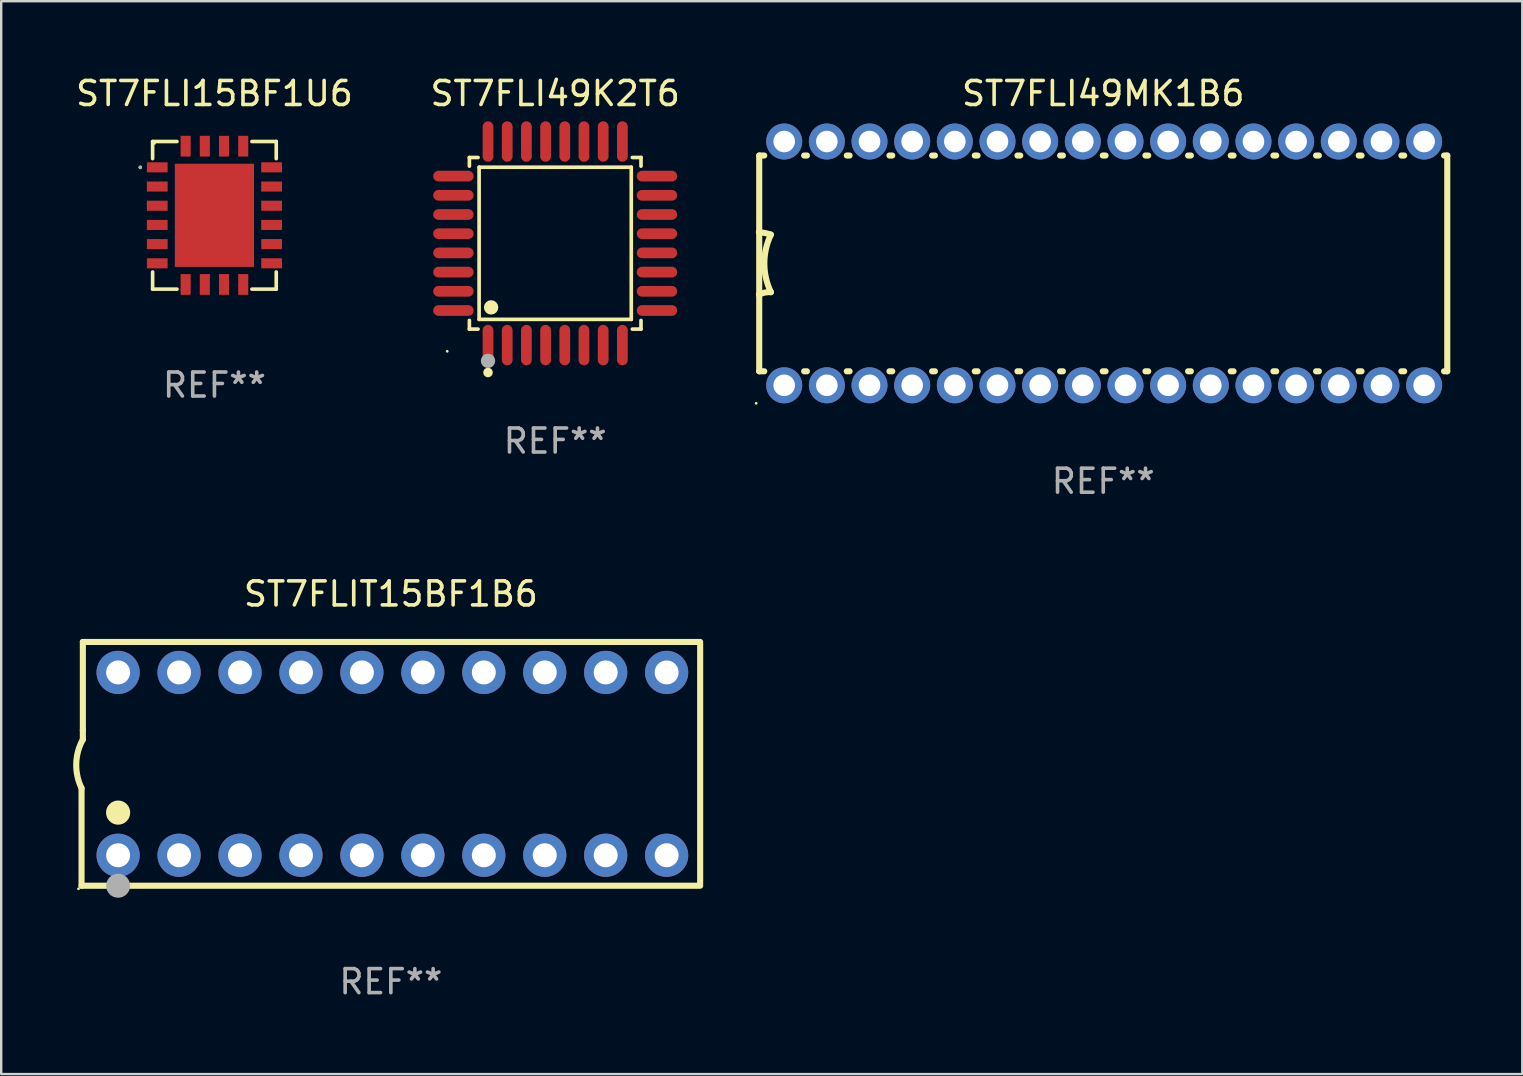
<source format=kicad_pcb>
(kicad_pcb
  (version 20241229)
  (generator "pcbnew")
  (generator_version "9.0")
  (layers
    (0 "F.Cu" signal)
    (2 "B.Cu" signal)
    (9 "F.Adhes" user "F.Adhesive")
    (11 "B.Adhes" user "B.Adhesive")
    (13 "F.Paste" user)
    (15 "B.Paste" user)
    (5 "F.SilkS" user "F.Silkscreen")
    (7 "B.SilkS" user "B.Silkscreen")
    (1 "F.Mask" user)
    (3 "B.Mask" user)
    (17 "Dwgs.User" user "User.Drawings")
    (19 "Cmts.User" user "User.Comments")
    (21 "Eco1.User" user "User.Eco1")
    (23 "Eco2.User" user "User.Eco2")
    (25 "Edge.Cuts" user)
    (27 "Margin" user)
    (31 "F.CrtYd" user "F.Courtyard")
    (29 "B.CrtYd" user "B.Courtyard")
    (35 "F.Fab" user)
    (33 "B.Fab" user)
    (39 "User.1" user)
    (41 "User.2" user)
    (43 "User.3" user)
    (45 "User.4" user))
  (footprint "ST7FLIT15BF1B6"
    (layer "F.Cu")
    (at 13.24 28.785)
    (property "Reference" "ST7FLIT15BF1B6" (at 0 -7.08 0) (layer "F.SilkS") (effects (font (size 1 1) (thickness 0.15))))
    (attr through_hole)
    (fp_line (start -12.891 5.08) (end -12.891 1.016) (stroke (width 0.254) (type solid)) (layer "F.SilkS"))
    (fp_line (start -12.891 5.08) (end 12.891 5.08) (stroke (width 0.254) (type solid)) (layer "F.SilkS"))
    (fp_line (start -12.837 -5.08) (end -12.837 -1.397) (stroke (width 0.254) (type solid)) (layer "F.SilkS"))
    (fp_line (start -12.837 -5.08) (end 12.891 -5.08) (stroke (width 0.254) (type solid)) (layer "F.SilkS"))
    (fp_line (start -12.837 -1.397) (end -12.837 -1.016) (stroke (width 0.254) (type solid)) (layer "F.SilkS"))
    (fp_line (start 12.891 -5) (end 12.891 5) (stroke (width 0.254) (type solid)) (layer "F.SilkS"))
    (fp_arc (start -12.890526 1.016002) (mid -13.111945 -0.006602) (end -12.836525 -1.016002) (stroke (width 0.254001) (type solid)) (layer "F.SilkS"))
    (fp_circle (center -13.018 5.207) (end -12.988 5.207) (stroke (width 0.06) (type solid)) (fill no) (layer "F.SilkS"))
    (fp_circle (center -11.367 2.032) (end -11.113 2.032) (stroke (width 0.5) (type solid)) (fill no) (layer "F.SilkS"))
    (fp_circle (center -11.367 5.08) (end -11.117 5.08) (stroke (width 0.5) (type solid)) (fill no) (layer "F.Fab"))
    (fp_text user "REF**" (at 0 9.08 0) (layer "F.Fab") (effects (font (size 1 1) (thickness 0.15))))
    (pad "1" thru_hole circle (at -11.367 3.81) (size 1.8 1.8) (drill 1) (layers "*.Cu" "*.Mask"))
    (pad "2" thru_hole circle (at -8.827 3.81) (size 1.8 1.8) (drill 1) (layers "*.Cu" "*.Mask"))
    (pad "3" thru_hole circle (at -6.287 3.81) (size 1.8 1.8) (drill 1) (layers "*.Cu" "*.Mask"))
    (pad "4" thru_hole circle (at -3.747 3.81) (size 1.8 1.8) (drill 1) (layers "*.Cu" "*.Mask"))
    (pad "5" thru_hole circle (at -1.207 3.81) (size 1.8 1.8) (drill 1) (layers "*.Cu" "*.Mask"))
    (pad "6" thru_hole circle (at 1.334 3.81) (size 1.8 1.8) (drill 1) (layers "*.Cu" "*.Mask"))
    (pad "7" thru_hole circle (at 3.874 3.81) (size 1.8 1.8) (drill 1) (layers "*.Cu" "*.Mask"))
    (pad "8" thru_hole circle (at 6.414 3.81) (size 1.8 1.8) (drill 1) (layers "*.Cu" "*.Mask"))
    (pad "9" thru_hole circle (at 8.954 3.81) (size 1.8 1.8) (drill 1) (layers "*.Cu" "*.Mask"))
    (pad "10" thru_hole circle (at 11.494 3.81) (size 1.8 1.8) (drill 1) (layers "*.Cu" "*.Mask"))
    (pad "11" thru_hole circle (at 11.494 -3.81) (size 1.8 1.8) (drill 1) (layers "*.Cu" "*.Mask"))
    (pad "12" thru_hole circle (at 8.954 -3.81) (size 1.8 1.8) (drill 1) (layers "*.Cu" "*.Mask"))
    (pad "13" thru_hole circle (at 6.414 -3.81) (size 1.8 1.8) (drill 1) (layers "*.Cu" "*.Mask"))
    (pad "14" thru_hole circle (at 3.874 -3.81) (size 1.8 1.8) (drill 1) (layers "*.Cu" "*.Mask"))
    (pad "15" thru_hole circle (at 1.334 -3.81) (size 1.8 1.8) (drill 1) (layers "*.Cu" "*.Mask"))
    (pad "16" thru_hole circle (at -1.207 -3.81) (size 1.8 1.8) (drill 1) (layers "*.Cu" "*.Mask"))
    (pad "17" thru_hole circle (at -3.747 -3.81) (size 1.8 1.8) (drill 1) (layers "*.Cu" "*.Mask"))
    (pad "18" thru_hole circle (at -6.287 -3.81) (size 1.8 1.8) (drill 1) (layers "*.Cu" "*.Mask"))
    (pad "19" thru_hole circle (at -8.827 -3.81) (size 1.8 1.8) (drill 1) (layers "*.Cu" "*.Mask"))
    (pad "20" thru_hole circle (at -11.367 -3.81) (size 1.8 1.8) (drill 1) (layers "*.Cu" "*.Mask")))
  (footprint "ST7FLI49K2T6"
    (layer "F.Cu")
    (at 20.089 7.09)
    (property "Reference" "ST7FLI49K2T6" (at 0 -6.242 0) (layer "F.SilkS") (effects (font (size 1 1) (thickness 0.15))))
    (attr through_hole)
    (fp_line (start -3.576 -3.576) (end -3.215 -3.576) (stroke (width 0.152) (type solid)) (layer "F.SilkS"))
    (fp_line (start -3.576 -3.215) (end -3.576 -3.576) (stroke (width 0.152) (type solid)) (layer "F.SilkS"))
    (fp_line (start -3.576 3.215) (end -3.576 3.576) (stroke (width 0.152) (type solid)) (layer "F.SilkS"))
    (fp_line (start -3.576 3.576) (end -3.215 3.576) (stroke (width 0.152) (type solid)) (layer "F.SilkS"))
    (fp_line (start -3.171 -3.171) (end 3.171 -3.171) (stroke (width 0.152) (type solid)) (layer "F.SilkS"))
    (fp_line (start -3.171 3.171) (end -3.171 -3.171) (stroke (width 0.152) (type solid)) (layer "F.SilkS"))
    (fp_line (start 3.171 -3.171) (end 3.171 3.171) (stroke (width 0.152) (type solid)) (layer "F.SilkS"))
    (fp_line (start 3.171 3.171) (end -3.171 3.171) (stroke (width 0.152) (type solid)) (layer "F.SilkS"))
    (fp_line (start 3.576 -3.576) (end 3.215 -3.576) (stroke (width 0.152) (type solid)) (layer "F.SilkS"))
    (fp_line (start 3.576 -3.215) (end 3.576 -3.576) (stroke (width 0.152) (type solid)) (layer "F.SilkS"))
    (fp_line (start 3.576 3.215) (end 3.576 3.576) (stroke (width 0.152) (type solid)) (layer "F.SilkS"))
    (fp_line (start 3.576 3.576) (end 3.215 3.576) (stroke (width 0.152) (type solid)) (layer "F.SilkS"))
    (fp_circle (center -4.5 4.5) (end -4.47 4.5) (stroke (width 0.06) (type solid)) (fill no) (layer "F.SilkS"))
    (fp_circle (center -2.8 5.384) (end -2.7 5.384) (stroke (width 0.2) (type solid)) (fill no) (layer "F.SilkS"))
    (fp_circle (center -2.671 2.671) (end -2.521 2.671) (stroke (width 0.3) (type solid)) (fill no) (layer "F.SilkS"))
    (fp_circle (center -2.8 4.9) (end -2.65 4.9) (stroke (width 0.3) (type solid)) (fill no) (layer "F.Fab"))
    (fp_text user "REF**" (at 0 8.242 0) (layer "F.Fab") (effects (font (size 1 1) (thickness 0.15))))
    (pad "1" smd oval (at -2.8 4.242) (size 0.448 1.684) (layers "F.Cu" "F.Mask" "F.Paste"))
    (pad "2" smd oval (at -2 4.242) (size 0.448 1.684) (layers "F.Cu" "F.Mask" "F.Paste"))
    (pad "3" smd oval (at -1.2 4.242) (size 0.448 1.684) (layers "F.Cu" "F.Mask" "F.Paste"))
    (pad "4" smd oval (at -0.4 4.242) (size 0.448 1.684) (layers "F.Cu" "F.Mask" "F.Paste"))
    (pad "5" smd oval (at 0.4 4.242) (size 0.448 1.684) (layers "F.Cu" "F.Mask" "F.Paste"))
    (pad "6" smd oval (at 1.2 4.242) (size 0.448 1.684) (layers "F.Cu" "F.Mask" "F.Paste"))
    (pad "7" smd oval (at 2 4.242) (size 0.448 1.684) (layers "F.Cu" "F.Mask" "F.Paste"))
    (pad "8" smd oval (at 2.8 4.242) (size 0.448 1.684) (layers "F.Cu" "F.Mask" "F.Paste"))
    (pad "9" smd oval (at 4.242 2.8) (size 1.684 0.448) (layers "F.Cu" "F.Mask" "F.Paste"))
    (pad "10" smd oval (at 4.242 2) (size 1.684 0.448) (layers "F.Cu" "F.Mask" "F.Paste"))
    (pad "11" smd oval (at 4.242 1.2) (size 1.684 0.448) (layers "F.Cu" "F.Mask" "F.Paste"))
    (pad "12" smd oval (at 4.242 0.4) (size 1.684 0.448) (layers "F.Cu" "F.Mask" "F.Paste"))
    (pad "13" smd oval (at 4.242 -0.4) (size 1.684 0.448) (layers "F.Cu" "F.Mask" "F.Paste"))
    (pad "14" smd oval (at 4.242 -1.2) (size 1.684 0.448) (layers "F.Cu" "F.Mask" "F.Paste"))
    (pad "15" smd oval (at 4.242 -2) (size 1.684 0.448) (layers "F.Cu" "F.Mask" "F.Paste"))
    (pad "16" smd oval (at 4.242 -2.8) (size 1.684 0.448) (layers "F.Cu" "F.Mask" "F.Paste"))
    (pad "17" smd oval (at 2.8 -4.242) (size 0.448 1.684) (layers "F.Cu" "F.Mask" "F.Paste"))
    (pad "18" smd oval (at 2 -4.242) (size 0.448 1.684) (layers "F.Cu" "F.Mask" "F.Paste"))
    (pad "19" smd oval (at 1.2 -4.242) (size 0.448 1.684) (layers "F.Cu" "F.Mask" "F.Paste"))
    (pad "20" smd oval (at 0.4 -4.242) (size 0.448 1.684) (layers "F.Cu" "F.Mask" "F.Paste"))
    (pad "21" smd oval (at -0.4 -4.242) (size 0.448 1.684) (layers "F.Cu" "F.Mask" "F.Paste"))
    (pad "22" smd oval (at -1.2 -4.242) (size 0.448 1.684) (layers "F.Cu" "F.Mask" "F.Paste"))
    (pad "23" smd oval (at -2 -4.242) (size 0.448 1.684) (layers "F.Cu" "F.Mask" "F.Paste"))
    (pad "24" smd oval (at -2.8 -4.242) (size 0.448 1.684) (layers "F.Cu" "F.Mask" "F.Paste"))
    (pad "25" smd oval (at -4.242 -2.8) (size 1.684 0.448) (layers "F.Cu" "F.Mask" "F.Paste"))
    (pad "26" smd oval (at -4.242 -2) (size 1.684 0.448) (layers "F.Cu" "F.Mask" "F.Paste"))
    (pad "27" smd oval (at -4.242 -1.2) (size 1.684 0.448) (layers "F.Cu" "F.Mask" "F.Paste"))
    (pad "28" smd oval (at -4.242 -0.4) (size 1.684 0.448) (layers "F.Cu" "F.Mask" "F.Paste"))
    (pad "29" smd oval (at -4.242 0.4) (size 1.684 0.448) (layers "F.Cu" "F.Mask" "F.Paste"))
    (pad "30" smd oval (at -4.242 1.2) (size 1.684 0.448) (layers "F.Cu" "F.Mask" "F.Paste"))
    (pad "31" smd oval (at -4.242 2) (size 1.684 0.448) (layers "F.Cu" "F.Mask" "F.Paste"))
    (pad "32" smd oval (at -4.242 2.8) (size 1.684 0.448) (layers "F.Cu" "F.Mask" "F.Paste")))
  (footprint "ST7FLI15BF1U6"
    (layer "F.Cu")
    (at 5.887 5.924)
    (property "Reference" "ST7FLI15BF1U6" (at 0 -5.076 0) (layer "F.SilkS") (effects (font (size 1 1) (thickness 0.15))))
    (attr through_hole)
    (fp_line (start -2.576 -3.076) (end -1.562 -3.076) (stroke (width 0.152) (type solid)) (layer "F.SilkS"))
    (fp_line (start -2.576 -2.362) (end -2.576 -3.076) (stroke (width 0.152) (type solid)) (layer "F.SilkS"))
    (fp_line (start -2.576 2.362) (end -2.576 3.076) (stroke (width 0.152) (type solid)) (layer "F.SilkS"))
    (fp_line (start -2.576 3.076) (end -1.562 3.076) (stroke (width 0.152) (type solid)) (layer "F.SilkS"))
    (fp_line (start 2.576 -3.076) (end 1.562 -3.076) (stroke (width 0.152) (type solid)) (layer "F.SilkS"))
    (fp_line (start 2.576 -2.362) (end 2.576 -3.076) (stroke (width 0.152) (type solid)) (layer "F.SilkS"))
    (fp_line (start 2.576 2.362) (end 2.576 3.076) (stroke (width 0.152) (type solid)) (layer "F.SilkS"))
    (fp_line (start 2.576 3.076) (end 1.562 3.076) (stroke (width 0.152) (type solid)) (layer "F.SilkS"))
    (fp_circle (center -3.091 -2) (end -3.053 -2) (stroke (width 0.075) (type solid)) (fill no) (layer "F.SilkS"))
    (fp_circle (center -2.5 -3) (end -2.47 -3) (stroke (width 0.06) (type solid)) (fill no) (layer "F.SilkS"))
    (fp_circle (center -3.091 -2) (end -3.053 -2) (stroke (width 0.075) (type solid)) (fill no) (layer "F.Fab"))
    (fp_text user "REF**" (at 0 7.076 0) (layer "F.Fab") (effects (font (size 1 1) (thickness 0.15))))
    (pad "1" smd rect (at -2.383 -2) (size 0.865 0.42) (layers "F.Cu" "F.Mask" "F.Paste"))
    (pad "2" smd rect (at -2.383 -1.2) (size 0.865 0.42) (layers "F.Cu" "F.Mask" "F.Paste"))
    (pad "3" smd rect (at -2.383 -0.4) (size 0.865 0.42) (layers "F.Cu" "F.Mask" "F.Paste"))
    (pad "4" smd rect (at -2.383 0.4) (size 0.865 0.42) (layers "F.Cu" "F.Mask" "F.Paste"))
    (pad "5" smd rect (at -2.383 1.2) (size 0.865 0.42) (layers "F.Cu" "F.Mask" "F.Paste"))
    (pad "6" smd rect (at -2.383 2) (size 0.865 0.42) (layers "F.Cu" "F.Mask" "F.Paste"))
    (pad "7" smd rect (at -1.2 2.882) (size 0.42 0.865) (layers "F.Cu" "F.Mask" "F.Paste"))
    (pad "8" smd rect (at -0.4 2.882) (size 0.42 0.865) (layers "F.Cu" "F.Mask" "F.Paste"))
    (pad "9" smd rect (at 0.4 2.882) (size 0.42 0.865) (layers "F.Cu" "F.Mask" "F.Paste"))
    (pad "10" smd rect (at 1.2 2.882) (size 0.42 0.865) (layers "F.Cu" "F.Mask" "F.Paste"))
    (pad "11" smd rect (at 2.383 2) (size 0.865 0.42) (layers "F.Cu" "F.Mask" "F.Paste"))
    (pad "12" smd rect (at 2.383 1.2) (size 0.865 0.42) (layers "F.Cu" "F.Mask" "F.Paste"))
    (pad "13" smd rect (at 2.383 0.4) (size 0.865 0.42) (layers "F.Cu" "F.Mask" "F.Paste"))
    (pad "14" smd rect (at 2.383 -0.4) (size 0.865 0.42) (layers "F.Cu" "F.Mask" "F.Paste"))
    (pad "15" smd rect (at 2.383 -1.2) (size 0.865 0.42) (layers "F.Cu" "F.Mask" "F.Paste"))
    (pad "16" smd rect (at 2.383 -2) (size 0.865 0.42) (layers "F.Cu" "F.Mask" "F.Paste"))
    (pad "17" smd rect (at 1.2 -2.882) (size 0.42 0.865) (layers "F.Cu" "F.Mask" "F.Paste"))
    (pad "18" smd rect (at 0.4 -2.882) (size 0.42 0.865) (layers "F.Cu" "F.Mask" "F.Paste"))
    (pad "19" smd rect (at -0.4 -2.882) (size 0.42 0.865) (layers "F.Cu" "F.Mask" "F.Paste"))
    (pad "20" smd rect (at -1.2 -2.882) (size 0.42 0.865) (layers "F.Cu" "F.Mask" "F.Paste"))
    (pad "21" smd rect (at 0 0) (size 3.3 4.3) (layers "F.Cu" "F.Mask" "F.Paste")))
  (footprint "ST7FLI49MK1B6"
    (layer "F.Cu")
    (at 42.93 7.928)
    (property "Reference" "ST7FLI49MK1B6" (at 0 -7.08 0) (layer "F.SilkS") (effects (font (size 1 1) (thickness 0.15))))
    (attr through_hole)
    (fp_line (start -14.338 -4.496) (end -14.128 -4.496) (stroke (width 0.254) (type solid)) (layer "F.SilkS"))
    (fp_line (start -14.338 -1.295) (end -14.338 -4.496) (stroke (width 0.254) (type solid)) (layer "F.SilkS"))
    (fp_line (start -14.338 1.295) (end -14.338 -1.295) (stroke (width 0.254) (type solid)) (layer "F.SilkS"))
    (fp_line (start -14.338 4.496) (end -14.338 1.295) (stroke (width 0.254) (type solid)) (layer "F.SilkS"))
    (fp_line (start -14.338 4.496) (end -14.128 4.496) (stroke (width 0.254) (type solid)) (layer "F.SilkS"))
    (fp_line (start -12.466 -4.496) (end -12.35 -4.496) (stroke (width 0.254) (type solid)) (layer "F.SilkS"))
    (fp_line (start -12.466 4.496) (end -12.35 4.496) (stroke (width 0.254) (type solid)) (layer "F.SilkS"))
    (fp_line (start -10.688 -4.496) (end -10.572 -4.496) (stroke (width 0.254) (type solid)) (layer "F.SilkS"))
    (fp_line (start -10.688 4.496) (end -10.572 4.496) (stroke (width 0.254) (type solid)) (layer "F.SilkS"))
    (fp_line (start -8.91 -4.496) (end -8.793 -4.496) (stroke (width 0.254) (type solid)) (layer "F.SilkS"))
    (fp_line (start -8.91 4.496) (end -8.793 4.496) (stroke (width 0.254) (type solid)) (layer "F.SilkS"))
    (fp_line (start -7.132 -4.496) (end -7.015 -4.496) (stroke (width 0.254) (type solid)) (layer "F.SilkS"))
    (fp_line (start -7.132 4.496) (end -7.015 4.496) (stroke (width 0.254) (type solid)) (layer "F.SilkS"))
    (fp_line (start -5.354 -4.496) (end -5.237 -4.496) (stroke (width 0.254) (type solid)) (layer "F.SilkS"))
    (fp_line (start -5.354 4.496) (end -5.237 4.496) (stroke (width 0.254) (type solid)) (layer "F.SilkS"))
    (fp_line (start -3.576 -4.496) (end -3.459 -4.496) (stroke (width 0.254) (type solid)) (layer "F.SilkS"))
    (fp_line (start -3.576 4.496) (end -3.459 4.496) (stroke (width 0.254) (type solid)) (layer "F.SilkS"))
    (fp_line (start -1.798 -4.496) (end -1.681 -4.496) (stroke (width 0.254) (type solid)) (layer "F.SilkS"))
    (fp_line (start -1.798 4.496) (end -1.681 4.496) (stroke (width 0.254) (type solid)) (layer "F.SilkS"))
    (fp_line (start -0.02 -4.496) (end 0.097 -4.496) (stroke (width 0.254) (type solid)) (layer "F.SilkS"))
    (fp_line (start -0.02 4.496) (end 0.097 4.496) (stroke (width 0.254) (type solid)) (layer "F.SilkS"))
    (fp_line (start 1.758 -4.496) (end 1.875 -4.496) (stroke (width 0.254) (type solid)) (layer "F.SilkS"))
    (fp_line (start 1.758 4.496) (end 1.875 4.496) (stroke (width 0.254) (type solid)) (layer "F.SilkS"))
    (fp_line (start 3.536 -4.496) (end 3.653 -4.496) (stroke (width 0.254) (type solid)) (layer "F.SilkS"))
    (fp_line (start 3.536 4.496) (end 3.653 4.496) (stroke (width 0.254) (type solid)) (layer "F.SilkS"))
    (fp_line (start 5.314 -4.496) (end 5.431 -4.496) (stroke (width 0.254) (type solid)) (layer "F.SilkS"))
    (fp_line (start 5.314 4.496) (end 5.431 4.496) (stroke (width 0.254) (type solid)) (layer "F.SilkS"))
    (fp_line (start 7.092 -4.496) (end 7.209 -4.496) (stroke (width 0.254) (type solid)) (layer "F.SilkS"))
    (fp_line (start 7.092 4.496) (end 7.209 4.496) (stroke (width 0.254) (type solid)) (layer "F.SilkS"))
    (fp_line (start 8.87 -4.496) (end 8.987 -4.496) (stroke (width 0.254) (type solid)) (layer "F.SilkS"))
    (fp_line (start 8.87 4.496) (end 8.987 4.496) (stroke (width 0.254) (type solid)) (layer "F.SilkS"))
    (fp_line (start 10.648 -4.496) (end 10.765 -4.496) (stroke (width 0.254) (type solid)) (layer "F.SilkS"))
    (fp_line (start 10.648 4.496) (end 10.765 4.496) (stroke (width 0.254) (type solid)) (layer "F.SilkS"))
    (fp_line (start 12.426 -4.496) (end 12.543 -4.496) (stroke (width 0.254) (type solid)) (layer "F.SilkS"))
    (fp_line (start 12.426 4.496) (end 12.543 4.496) (stroke (width 0.254) (type solid)) (layer "F.SilkS"))
    (fp_line (start 14.204 -4.496) (end 14.338 -4.496) (stroke (width 0.254) (type solid)) (layer "F.SilkS"))
    (fp_line (start 14.204 4.496) (end 14.338 4.496) (stroke (width 0.254) (type solid)) (layer "F.SilkS"))
    (fp_line (start 14.338 -4.496) (end 14.338 4.496) (stroke (width 0.254) (type solid)) (layer "F.SilkS"))
    (fp_arc (start -14.350902 -1.3) (mid -14.09779 -1.26556) (end -13.850902 -1.2) (stroke (width 0.254001) (type solid)) (layer "F.SilkS"))
    (fp_arc (start -14.350902 1.3) (mid -14.107595 1.216535) (end -13.850902 1.2) (stroke (width 0.254001) (type solid)) (layer "F.SilkS"))
    (fp_arc (start -13.850902 1.2) (mid -14.123939 0) (end -13.850902 -1.2) (stroke (width 0.254001) (type solid)) (layer "F.SilkS"))
    (fp_circle (center -14.465 5.83) (end -14.435 5.83) (stroke (width 0.06) (type solid)) (fill no) (layer "F.SilkS"))
    (fp_text user "REF**" (at 0 9.08 0) (layer "F.Fab") (effects (font (size 1 1) (thickness 0.15))))
    (pad "1" thru_hole circle (at -13.297 5.08) (size 1.5 1.5) (drill 0.9) (layers "*.Cu" "*.Mask"))
    (pad "2" thru_hole circle (at -11.519 5.08) (size 1.5 1.5) (drill 0.9) (layers "*.Cu" "*.Mask"))
    (pad "3" thru_hole circle (at -9.741 5.08) (size 1.5 1.5) (drill 0.9) (layers "*.Cu" "*.Mask"))
    (pad "4" thru_hole circle (at -7.963 5.08) (size 1.5 1.5) (drill 0.9) (layers "*.Cu" "*.Mask"))
    (pad "5" thru_hole circle (at -6.185 5.08) (size 1.5 1.5) (drill 0.9) (layers "*.Cu" "*.Mask"))
    (pad "6" thru_hole circle (at -4.407 5.08) (size 1.5 1.5) (drill 0.9) (layers "*.Cu" "*.Mask"))
    (pad "7" thru_hole circle (at -2.629 5.08) (size 1.5 1.5) (drill 0.9) (layers "*.Cu" "*.Mask"))
    (pad "8" thru_hole circle (at -0.851 5.08) (size 1.5 1.5) (drill 0.9) (layers "*.Cu" "*.Mask"))
    (pad "9" thru_hole circle (at 0.927 5.08) (size 1.5 1.5) (drill 0.9) (layers "*.Cu" "*.Mask"))
    (pad "10" thru_hole circle (at 2.705 5.08) (size 1.5 1.5) (drill 0.9) (layers "*.Cu" "*.Mask"))
    (pad "11" thru_hole circle (at 4.483 5.08) (size 1.5 1.5) (drill 0.9) (layers "*.Cu" "*.Mask"))
    (pad "12" thru_hole circle (at 6.261 5.08) (size 1.5 1.5) (drill 0.9) (layers "*.Cu" "*.Mask"))
    (pad "13" thru_hole circle (at 8.039 5.08) (size 1.5 1.5) (drill 0.9) (layers "*.Cu" "*.Mask"))
    (pad "14" thru_hole circle (at 9.817 5.08) (size 1.5 1.5) (drill 0.9) (layers "*.Cu" "*.Mask"))
    (pad "15" thru_hole circle (at 11.595 5.08) (size 1.5 1.5) (drill 0.9) (layers "*.Cu" "*.Mask"))
    (pad "16" thru_hole circle (at 13.373 5.08) (size 1.5 1.5) (drill 0.9) (layers "*.Cu" "*.Mask"))
    (pad "17" thru_hole circle (at 13.373 -5.08) (size 1.5 1.5) (drill 0.9) (layers "*.Cu" "*.Mask"))
    (pad "18" thru_hole circle (at 11.595 -5.08) (size 1.5 1.5) (drill 0.9) (layers "*.Cu" "*.Mask"))
    (pad "19" thru_hole circle (at 9.817 -5.08) (size 1.5 1.5) (drill 0.9) (layers "*.Cu" "*.Mask"))
    (pad "20" thru_hole circle (at 8.039 -5.08) (size 1.5 1.5) (drill 0.9) (layers "*.Cu" "*.Mask"))
    (pad "21" thru_hole circle (at 6.261 -5.08) (size 1.5 1.5) (drill 0.9) (layers "*.Cu" "*.Mask"))
    (pad "22" thru_hole circle (at 4.483 -5.08) (size 1.5 1.5) (drill 0.9) (layers "*.Cu" "*.Mask"))
    (pad "23" thru_hole circle (at 2.705 -5.08) (size 1.5 1.5) (drill 0.9) (layers "*.Cu" "*.Mask"))
    (pad "24" thru_hole circle (at 0.927 -5.08) (size 1.5 1.5) (drill 0.9) (layers "*.Cu" "*.Mask"))
    (pad "25" thru_hole circle (at -0.851 -5.08) (size 1.5 1.5) (drill 0.9) (layers "*.Cu" "*.Mask"))
    (pad "26" thru_hole circle (at -2.629 -5.08) (size 1.5 1.5) (drill 0.9) (layers "*.Cu" "*.Mask"))
    (pad "27" thru_hole circle (at -4.407 -5.08) (size 1.5 1.5) (drill 0.9) (layers "*.Cu" "*.Mask"))
    (pad "28" thru_hole circle (at -6.185 -5.08) (size 1.5 1.5) (drill 0.9) (layers "*.Cu" "*.Mask"))
    (pad "29" thru_hole circle (at -7.963 -5.08) (size 1.5 1.5) (drill 0.9) (layers "*.Cu" "*.Mask"))
    (pad "30" thru_hole circle (at -9.741 -5.08) (size 1.5 1.5) (drill 0.9) (layers "*.Cu" "*.Mask"))
    (pad "31" thru_hole circle (at -11.519 -5.08) (size 1.5 1.5) (drill 0.9) (layers "*.Cu" "*.Mask"))
    (pad "32" thru_hole circle (at -13.297 -5.08) (size 1.5 1.5) (drill 0.9) (layers "*.Cu" "*.Mask")))
  (gr_rect
    (start -3 -3)
    (end 60.395 41.713)
    (stroke (width 0.1) (type default))
    (fill no)
    (layer "Edge.Cuts")))
</source>
